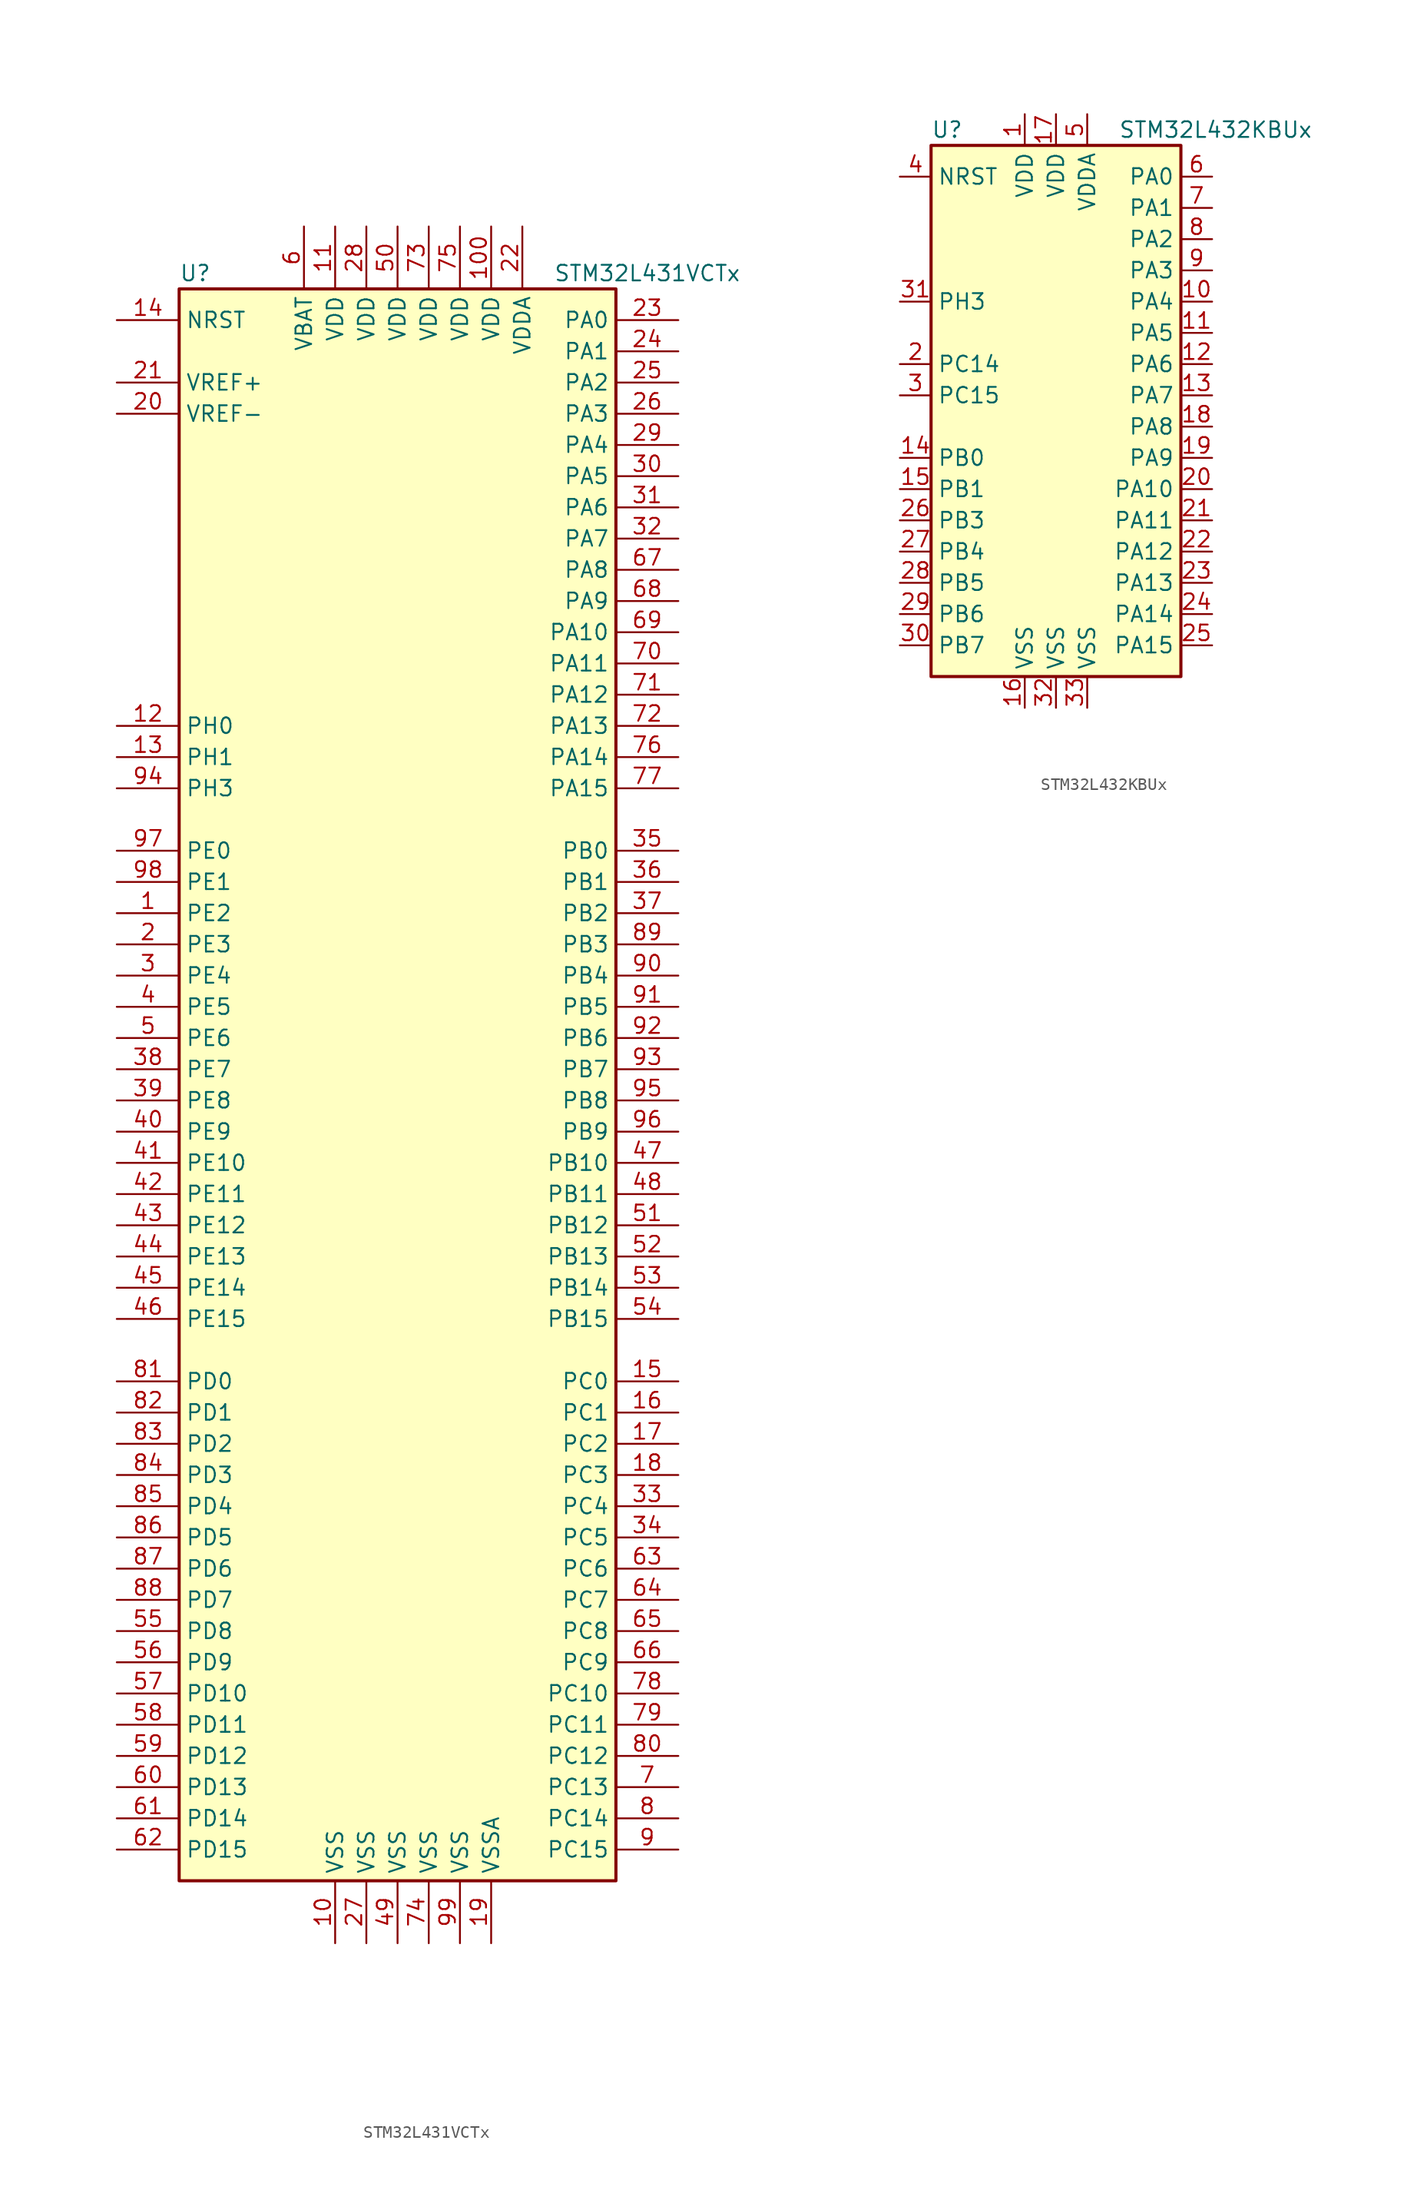
<source format=kicad_sym>
(kicad_symbol_lib
  (version 20201005)
  (generator kicad_symbol_editor)
  (symbol "MCU_ST_STM32L4:STM32L431VCTx"
    (property "Reference" "U"
      (at -17.78 64.77 0)
      (effects (font (size 1.27 1.27)) (justify left)))
    (property "Value" "STM32L431VCTx"
      (at 12.7 64.77 0)
      (effects (font (size 1.27 1.27)) (justify left)))
    (symbol "STM32L431VCTx_0_1"
      (rectangle (start -17.78 -66.04) (end 17.78 63.5) (stroke (width 0.254)) (fill (type background))))
    (symbol "STM32L431VCTx_1_1"
      (pin bidirectional line (at -22.86 12.7 0) (length 5.08) (name "PE2" (effects (font (size 1.27 1.27)))) (number "1" (effects (font (size 1.27 1.27)))))
      (pin power_in line (at -5.08 -71.12 90) (length 5.08) (name "VSS" (effects (font (size 1.27 1.27)))) (number "10" (effects (font (size 1.27 1.27)))))
      (pin power_in line (at 7.62 68.58 270) (length 5.08) (name "VDD" (effects (font (size 1.27 1.27)))) (number "100" (effects (font (size 1.27 1.27)))))
      (pin power_in line (at -5.08 68.58 270) (length 5.08) (name "VDD" (effects (font (size 1.27 1.27)))) (number "11" (effects (font (size 1.27 1.27)))))
      (pin input line (at -22.86 27.94 0) (length 5.08) (name "PH0" (effects (font (size 1.27 1.27)))) (number "12" (effects (font (size 1.27 1.27)))))
      (pin input line (at -22.86 25.4 0) (length 5.08) (name "PH1" (effects (font (size 1.27 1.27)))) (number "13" (effects (font (size 1.27 1.27)))))
      (pin input line (at -22.86 60.96 0) (length 5.08) (name "NRST" (effects (font (size 1.27 1.27)))) (number "14" (effects (font (size 1.27 1.27)))))
      (pin bidirectional line (at 22.86 -25.4 180) (length 5.08) (name "PC0" (effects (font (size 1.27 1.27)))) (number "15" (effects (font (size 1.27 1.27)))))
      (pin bidirectional line (at 22.86 -27.94 180) (length 5.08) (name "PC1" (effects (font (size 1.27 1.27)))) (number "16" (effects (font (size 1.27 1.27)))))
      (pin bidirectional line (at 22.86 -30.48 180) (length 5.08) (name "PC2" (effects (font (size 1.27 1.27)))) (number "17" (effects (font (size 1.27 1.27)))))
      (pin bidirectional line (at 22.86 -33.02 180) (length 5.08) (name "PC3" (effects (font (size 1.27 1.27)))) (number "18" (effects (font (size 1.27 1.27)))))
      (pin power_in line (at 7.62 -71.12 90) (length 5.08) (name "VSSA" (effects (font (size 1.27 1.27)))) (number "19" (effects (font (size 1.27 1.27)))))
      (pin bidirectional line (at -22.86 10.16 0) (length 5.08) (name "PE3" (effects (font (size 1.27 1.27)))) (number "2" (effects (font (size 1.27 1.27)))))
      (pin power_in line (at -22.86 53.34 0) (length 5.08) (name "VREF-" (effects (font (size 1.27 1.27)))) (number "20" (effects (font (size 1.27 1.27)))))
      (pin bidirectional line (at -22.86 55.88 0) (length 5.08) (name "VREF+" (effects (font (size 1.27 1.27)))) (number "21" (effects (font (size 1.27 1.27)))))
      (pin power_in line (at 10.16 68.58 270) (length 5.08) (name "VDDA" (effects (font (size 1.27 1.27)))) (number "22" (effects (font (size 1.27 1.27)))))
      (pin bidirectional line (at 22.86 60.96 180) (length 5.08) (name "PA0" (effects (font (size 1.27 1.27)))) (number "23" (effects (font (size 1.27 1.27)))))
      (pin bidirectional line (at 22.86 58.42 180) (length 5.08) (name "PA1" (effects (font (size 1.27 1.27)))) (number "24" (effects (font (size 1.27 1.27)))))
      (pin bidirectional line (at 22.86 55.88 180) (length 5.08) (name "PA2" (effects (font (size 1.27 1.27)))) (number "25" (effects (font (size 1.27 1.27)))))
      (pin bidirectional line (at 22.86 53.34 180) (length 5.08) (name "PA3" (effects (font (size 1.27 1.27)))) (number "26" (effects (font (size 1.27 1.27)))))
      (pin power_in line (at -2.54 -71.12 90) (length 5.08) (name "VSS" (effects (font (size 1.27 1.27)))) (number "27" (effects (font (size 1.27 1.27)))))
      (pin power_in line (at -2.54 68.58 270) (length 5.08) (name "VDD" (effects (font (size 1.27 1.27)))) (number "28" (effects (font (size 1.27 1.27)))))
      (pin bidirectional line (at 22.86 50.8 180) (length 5.08) (name "PA4" (effects (font (size 1.27 1.27)))) (number "29" (effects (font (size 1.27 1.27)))))
      (pin bidirectional line (at -22.86 7.62 0) (length 5.08) (name "PE4" (effects (font (size 1.27 1.27)))) (number "3" (effects (font (size 1.27 1.27)))))
      (pin bidirectional line (at 22.86 48.26 180) (length 5.08) (name "PA5" (effects (font (size 1.27 1.27)))) (number "30" (effects (font (size 1.27 1.27)))))
      (pin bidirectional line (at 22.86 45.72 180) (length 5.08) (name "PA6" (effects (font (size 1.27 1.27)))) (number "31" (effects (font (size 1.27 1.27)))))
      (pin bidirectional line (at 22.86 43.18 180) (length 5.08) (name "PA7" (effects (font (size 1.27 1.27)))) (number "32" (effects (font (size 1.27 1.27)))))
      (pin bidirectional line (at 22.86 -35.56 180) (length 5.08) (name "PC4" (effects (font (size 1.27 1.27)))) (number "33" (effects (font (size 1.27 1.27)))))
      (pin bidirectional line (at 22.86 -38.1 180) (length 5.08) (name "PC5" (effects (font (size 1.27 1.27)))) (number "34" (effects (font (size 1.27 1.27)))))
      (pin bidirectional line (at 22.86 17.78 180) (length 5.08) (name "PB0" (effects (font (size 1.27 1.27)))) (number "35" (effects (font (size 1.27 1.27)))))
      (pin bidirectional line (at 22.86 15.24 180) (length 5.08) (name "PB1" (effects (font (size 1.27 1.27)))) (number "36" (effects (font (size 1.27 1.27)))))
      (pin bidirectional line (at 22.86 12.7 180) (length 5.08) (name "PB2" (effects (font (size 1.27 1.27)))) (number "37" (effects (font (size 1.27 1.27)))))
      (pin bidirectional line (at -22.86 0 0) (length 5.08) (name "PE7" (effects (font (size 1.27 1.27)))) (number "38" (effects (font (size 1.27 1.27)))))
      (pin bidirectional line (at -22.86 -2.54 0) (length 5.08) (name "PE8" (effects (font (size 1.27 1.27)))) (number "39" (effects (font (size 1.27 1.27)))))
      (pin bidirectional line (at -22.86 5.08 0) (length 5.08) (name "PE5" (effects (font (size 1.27 1.27)))) (number "4" (effects (font (size 1.27 1.27)))))
      (pin bidirectional line (at -22.86 -5.08 0) (length 5.08) (name "PE9" (effects (font (size 1.27 1.27)))) (number "40" (effects (font (size 1.27 1.27)))))
      (pin bidirectional line (at -22.86 -7.62 0) (length 5.08) (name "PE10" (effects (font (size 1.27 1.27)))) (number "41" (effects (font (size 1.27 1.27)))))
      (pin bidirectional line (at -22.86 -10.16 0) (length 5.08) (name "PE11" (effects (font (size 1.27 1.27)))) (number "42" (effects (font (size 1.27 1.27)))))
      (pin bidirectional line (at -22.86 -12.7 0) (length 5.08) (name "PE12" (effects (font (size 1.27 1.27)))) (number "43" (effects (font (size 1.27 1.27)))))
      (pin bidirectional line (at -22.86 -15.24 0) (length 5.08) (name "PE13" (effects (font (size 1.27 1.27)))) (number "44" (effects (font (size 1.27 1.27)))))
      (pin bidirectional line (at -22.86 -17.78 0) (length 5.08) (name "PE14" (effects (font (size 1.27 1.27)))) (number "45" (effects (font (size 1.27 1.27)))))
      (pin bidirectional line (at -22.86 -20.32 0) (length 5.08) (name "PE15" (effects (font (size 1.27 1.27)))) (number "46" (effects (font (size 1.27 1.27)))))
      (pin bidirectional line (at 22.86 -7.62 180) (length 5.08) (name "PB10" (effects (font (size 1.27 1.27)))) (number "47" (effects (font (size 1.27 1.27)))))
      (pin bidirectional line (at 22.86 -10.16 180) (length 5.08) (name "PB11" (effects (font (size 1.27 1.27)))) (number "48" (effects (font (size 1.27 1.27)))))
      (pin power_in line (at 0 -71.12 90) (length 5.08) (name "VSS" (effects (font (size 1.27 1.27)))) (number "49" (effects (font (size 1.27 1.27)))))
      (pin bidirectional line (at -22.86 2.54 0) (length 5.08) (name "PE6" (effects (font (size 1.27 1.27)))) (number "5" (effects (font (size 1.27 1.27)))))
      (pin power_in line (at 0 68.58 270) (length 5.08) (name "VDD" (effects (font (size 1.27 1.27)))) (number "50" (effects (font (size 1.27 1.27)))))
      (pin bidirectional line (at 22.86 -12.7 180) (length 5.08) (name "PB12" (effects (font (size 1.27 1.27)))) (number "51" (effects (font (size 1.27 1.27)))))
      (pin bidirectional line (at 22.86 -15.24 180) (length 5.08) (name "PB13" (effects (font (size 1.27 1.27)))) (number "52" (effects (font (size 1.27 1.27)))))
      (pin bidirectional line (at 22.86 -17.78 180) (length 5.08) (name "PB14" (effects (font (size 1.27 1.27)))) (number "53" (effects (font (size 1.27 1.27)))))
      (pin bidirectional line (at 22.86 -20.32 180) (length 5.08) (name "PB15" (effects (font (size 1.27 1.27)))) (number "54" (effects (font (size 1.27 1.27)))))
      (pin bidirectional line (at -22.86 -45.72 0) (length 5.08) (name "PD8" (effects (font (size 1.27 1.27)))) (number "55" (effects (font (size 1.27 1.27)))))
      (pin bidirectional line (at -22.86 -48.26 0) (length 5.08) (name "PD9" (effects (font (size 1.27 1.27)))) (number "56" (effects (font (size 1.27 1.27)))))
      (pin bidirectional line (at -22.86 -50.8 0) (length 5.08) (name "PD10" (effects (font (size 1.27 1.27)))) (number "57" (effects (font (size 1.27 1.27)))))
      (pin bidirectional line (at -22.86 -53.34 0) (length 5.08) (name "PD11" (effects (font (size 1.27 1.27)))) (number "58" (effects (font (size 1.27 1.27)))))
      (pin bidirectional line (at -22.86 -55.88 0) (length 5.08) (name "PD12" (effects (font (size 1.27 1.27)))) (number "59" (effects (font (size 1.27 1.27)))))
      (pin power_in line (at -7.62 68.58 270) (length 5.08) (name "VBAT" (effects (font (size 1.27 1.27)))) (number "6" (effects (font (size 1.27 1.27)))))
      (pin bidirectional line (at -22.86 -58.42 0) (length 5.08) (name "PD13" (effects (font (size 1.27 1.27)))) (number "60" (effects (font (size 1.27 1.27)))))
      (pin bidirectional line (at -22.86 -60.96 0) (length 5.08) (name "PD14" (effects (font (size 1.27 1.27)))) (number "61" (effects (font (size 1.27 1.27)))))
      (pin bidirectional line (at -22.86 -63.5 0) (length 5.08) (name "PD15" (effects (font (size 1.27 1.27)))) (number "62" (effects (font (size 1.27 1.27)))))
      (pin bidirectional line (at 22.86 -40.64 180) (length 5.08) (name "PC6" (effects (font (size 1.27 1.27)))) (number "63" (effects (font (size 1.27 1.27)))))
      (pin bidirectional line (at 22.86 -43.18 180) (length 5.08) (name "PC7" (effects (font (size 1.27 1.27)))) (number "64" (effects (font (size 1.27 1.27)))))
      (pin bidirectional line (at 22.86 -45.72 180) (length 5.08) (name "PC8" (effects (font (size 1.27 1.27)))) (number "65" (effects (font (size 1.27 1.27)))))
      (pin bidirectional line (at 22.86 -48.26 180) (length 5.08) (name "PC9" (effects (font (size 1.27 1.27)))) (number "66" (effects (font (size 1.27 1.27)))))
      (pin bidirectional line (at 22.86 40.64 180) (length 5.08) (name "PA8" (effects (font (size 1.27 1.27)))) (number "67" (effects (font (size 1.27 1.27)))))
      (pin bidirectional line (at 22.86 38.1 180) (length 5.08) (name "PA9" (effects (font (size 1.27 1.27)))) (number "68" (effects (font (size 1.27 1.27)))))
      (pin bidirectional line (at 22.86 35.56 180) (length 5.08) (name "PA10" (effects (font (size 1.27 1.27)))) (number "69" (effects (font (size 1.27 1.27)))))
      (pin bidirectional line (at 22.86 -58.42 180) (length 5.08) (name "PC13" (effects (font (size 1.27 1.27)))) (number "7" (effects (font (size 1.27 1.27)))))
      (pin bidirectional line (at 22.86 33.02 180) (length 5.08) (name "PA11" (effects (font (size 1.27 1.27)))) (number "70" (effects (font (size 1.27 1.27)))))
      (pin bidirectional line (at 22.86 30.48 180) (length 5.08) (name "PA12" (effects (font (size 1.27 1.27)))) (number "71" (effects (font (size 1.27 1.27)))))
      (pin bidirectional line (at 22.86 27.94 180) (length 5.08) (name "PA13" (effects (font (size 1.27 1.27)))) (number "72" (effects (font (size 1.27 1.27)))))
      (pin power_in line (at 2.54 68.58 270) (length 5.08) (name "VDD" (effects (font (size 1.27 1.27)))) (number "73" (effects (font (size 1.27 1.27)))))
      (pin power_in line (at 2.54 -71.12 90) (length 5.08) (name "VSS" (effects (font (size 1.27 1.27)))) (number "74" (effects (font (size 1.27 1.27)))))
      (pin power_in line (at 5.08 68.58 270) (length 5.08) (name "VDD" (effects (font (size 1.27 1.27)))) (number "75" (effects (font (size 1.27 1.27)))))
      (pin bidirectional line (at 22.86 25.4 180) (length 5.08) (name "PA14" (effects (font (size 1.27 1.27)))) (number "76" (effects (font (size 1.27 1.27)))))
      (pin bidirectional line (at 22.86 22.86 180) (length 5.08) (name "PA15" (effects (font (size 1.27 1.27)))) (number "77" (effects (font (size 1.27 1.27)))))
      (pin bidirectional line (at 22.86 -50.8 180) (length 5.08) (name "PC10" (effects (font (size 1.27 1.27)))) (number "78" (effects (font (size 1.27 1.27)))))
      (pin bidirectional line (at 22.86 -53.34 180) (length 5.08) (name "PC11" (effects (font (size 1.27 1.27)))) (number "79" (effects (font (size 1.27 1.27)))))
      (pin bidirectional line (at 22.86 -60.96 180) (length 5.08) (name "PC14" (effects (font (size 1.27 1.27)))) (number "8" (effects (font (size 1.27 1.27)))))
      (pin bidirectional line (at 22.86 -55.88 180) (length 5.08) (name "PC12" (effects (font (size 1.27 1.27)))) (number "80" (effects (font (size 1.27 1.27)))))
      (pin bidirectional line (at -22.86 -25.4 0) (length 5.08) (name "PD0" (effects (font (size 1.27 1.27)))) (number "81" (effects (font (size 1.27 1.27)))))
      (pin bidirectional line (at -22.86 -27.94 0) (length 5.08) (name "PD1" (effects (font (size 1.27 1.27)))) (number "82" (effects (font (size 1.27 1.27)))))
      (pin bidirectional line (at -22.86 -30.48 0) (length 5.08) (name "PD2" (effects (font (size 1.27 1.27)))) (number "83" (effects (font (size 1.27 1.27)))))
      (pin bidirectional line (at -22.86 -33.02 0) (length 5.08) (name "PD3" (effects (font (size 1.27 1.27)))) (number "84" (effects (font (size 1.27 1.27)))))
      (pin bidirectional line (at -22.86 -35.56 0) (length 5.08) (name "PD4" (effects (font (size 1.27 1.27)))) (number "85" (effects (font (size 1.27 1.27)))))
      (pin bidirectional line (at -22.86 -38.1 0) (length 5.08) (name "PD5" (effects (font (size 1.27 1.27)))) (number "86" (effects (font (size 1.27 1.27)))))
      (pin bidirectional line (at -22.86 -40.64 0) (length 5.08) (name "PD6" (effects (font (size 1.27 1.27)))) (number "87" (effects (font (size 1.27 1.27)))))
      (pin bidirectional line (at -22.86 -43.18 0) (length 5.08) (name "PD7" (effects (font (size 1.27 1.27)))) (number "88" (effects (font (size 1.27 1.27)))))
      (pin bidirectional line (at 22.86 10.16 180) (length 5.08) (name "PB3" (effects (font (size 1.27 1.27)))) (number "89" (effects (font (size 1.27 1.27)))))
      (pin bidirectional line (at 22.86 -63.5 180) (length 5.08) (name "PC15" (effects (font (size 1.27 1.27)))) (number "9" (effects (font (size 1.27 1.27)))))
      (pin bidirectional line (at 22.86 7.62 180) (length 5.08) (name "PB4" (effects (font (size 1.27 1.27)))) (number "90" (effects (font (size 1.27 1.27)))))
      (pin bidirectional line (at 22.86 5.08 180) (length 5.08) (name "PB5" (effects (font (size 1.27 1.27)))) (number "91" (effects (font (size 1.27 1.27)))))
      (pin bidirectional line (at 22.86 2.54 180) (length 5.08) (name "PB6" (effects (font (size 1.27 1.27)))) (number "92" (effects (font (size 1.27 1.27)))))
      (pin bidirectional line (at 22.86 0 180) (length 5.08) (name "PB7" (effects (font (size 1.27 1.27)))) (number "93" (effects (font (size 1.27 1.27)))))
      (pin bidirectional line (at -22.86 22.86 0) (length 5.08) (name "PH3" (effects (font (size 1.27 1.27)))) (number "94" (effects (font (size 1.27 1.27)))))
      (pin bidirectional line (at 22.86 -2.54 180) (length 5.08) (name "PB8" (effects (font (size 1.27 1.27)))) (number "95" (effects (font (size 1.27 1.27)))))
      (pin bidirectional line (at 22.86 -5.08 180) (length 5.08) (name "PB9" (effects (font (size 1.27 1.27)))) (number "96" (effects (font (size 1.27 1.27)))))
      (pin bidirectional line (at -22.86 17.78 0) (length 5.08) (name "PE0" (effects (font (size 1.27 1.27)))) (number "97" (effects (font (size 1.27 1.27)))))
      (pin bidirectional line (at -22.86 15.24 0) (length 5.08) (name "PE1" (effects (font (size 1.27 1.27)))) (number "98" (effects (font (size 1.27 1.27)))))
      (pin power_in line (at 5.08 -71.12 90) (length 5.08) (name "VSS" (effects (font (size 1.27 1.27)))) (number "99" (effects (font (size 1.27 1.27)))))))
  (symbol "MCU_ST_STM32L4:STM32L432KBUx"
    (property "Reference" "U"
      (at -10.16 21.59 0)
      (effects (font (size 1.27 1.27)) (justify left)))
    (property "Value" "STM32L432KBUx"
      (at 5.08 21.59 0)
      (effects (font (size 1.27 1.27)) (justify left)))
    (symbol "STM32L432KBUx_0_1"
      (rectangle (start -10.16 -22.86) (end 10.16 20.32) (stroke (width 0.254)) (fill (type background))))
    (symbol "STM32L432KBUx_1_1"
      (pin power_in line (at -2.54 22.86 270) (length 2.54) (name "VDD" (effects (font (size 1.27 1.27)))) (number "1" (effects (font (size 1.27 1.27)))))
      (pin bidirectional line (at 12.7 7.62 180) (length 2.54) (name "PA4" (effects (font (size 1.27 1.27)))) (number "10" (effects (font (size 1.27 1.27)))))
      (pin bidirectional line (at 12.7 5.08 180) (length 2.54) (name "PA5" (effects (font (size 1.27 1.27)))) (number "11" (effects (font (size 1.27 1.27)))))
      (pin bidirectional line (at 12.7 2.54 180) (length 2.54) (name "PA6" (effects (font (size 1.27 1.27)))) (number "12" (effects (font (size 1.27 1.27)))))
      (pin bidirectional line (at 12.7 0 180) (length 2.54) (name "PA7" (effects (font (size 1.27 1.27)))) (number "13" (effects (font (size 1.27 1.27)))))
      (pin bidirectional line (at -12.7 -5.08 0) (length 2.54) (name "PB0" (effects (font (size 1.27 1.27)))) (number "14" (effects (font (size 1.27 1.27)))))
      (pin bidirectional line (at -12.7 -7.62 0) (length 2.54) (name "PB1" (effects (font (size 1.27 1.27)))) (number "15" (effects (font (size 1.27 1.27)))))
      (pin power_in line (at -2.54 -25.4 90) (length 2.54) (name "VSS" (effects (font (size 1.27 1.27)))) (number "16" (effects (font (size 1.27 1.27)))))
      (pin power_in line (at 0 22.86 270) (length 2.54) (name "VDD" (effects (font (size 1.27 1.27)))) (number "17" (effects (font (size 1.27 1.27)))))
      (pin bidirectional line (at 12.7 -2.54 180) (length 2.54) (name "PA8" (effects (font (size 1.27 1.27)))) (number "18" (effects (font (size 1.27 1.27)))))
      (pin bidirectional line (at 12.7 -5.08 180) (length 2.54) (name "PA9" (effects (font (size 1.27 1.27)))) (number "19" (effects (font (size 1.27 1.27)))))
      (pin bidirectional line (at -12.7 2.54 0) (length 2.54) (name "PC14" (effects (font (size 1.27 1.27)))) (number "2" (effects (font (size 1.27 1.27)))))
      (pin bidirectional line (at 12.7 -7.62 180) (length 2.54) (name "PA10" (effects (font (size 1.27 1.27)))) (number "20" (effects (font (size 1.27 1.27)))))
      (pin bidirectional line (at 12.7 -10.16 180) (length 2.54) (name "PA11" (effects (font (size 1.27 1.27)))) (number "21" (effects (font (size 1.27 1.27)))))
      (pin bidirectional line (at 12.7 -12.7 180) (length 2.54) (name "PA12" (effects (font (size 1.27 1.27)))) (number "22" (effects (font (size 1.27 1.27)))))
      (pin bidirectional line (at 12.7 -15.24 180) (length 2.54) (name "PA13" (effects (font (size 1.27 1.27)))) (number "23" (effects (font (size 1.27 1.27)))))
      (pin bidirectional line (at 12.7 -17.78 180) (length 2.54) (name "PA14" (effects (font (size 1.27 1.27)))) (number "24" (effects (font (size 1.27 1.27)))))
      (pin bidirectional line (at 12.7 -20.32 180) (length 2.54) (name "PA15" (effects (font (size 1.27 1.27)))) (number "25" (effects (font (size 1.27 1.27)))))
      (pin bidirectional line (at -12.7 -10.16 0) (length 2.54) (name "PB3" (effects (font (size 1.27 1.27)))) (number "26" (effects (font (size 1.27 1.27)))))
      (pin bidirectional line (at -12.7 -12.7 0) (length 2.54) (name "PB4" (effects (font (size 1.27 1.27)))) (number "27" (effects (font (size 1.27 1.27)))))
      (pin bidirectional line (at -12.7 -15.24 0) (length 2.54) (name "PB5" (effects (font (size 1.27 1.27)))) (number "28" (effects (font (size 1.27 1.27)))))
      (pin bidirectional line (at -12.7 -17.78 0) (length 2.54) (name "PB6" (effects (font (size 1.27 1.27)))) (number "29" (effects (font (size 1.27 1.27)))))
      (pin bidirectional line (at -12.7 0 0) (length 2.54) (name "PC15" (effects (font (size 1.27 1.27)))) (number "3" (effects (font (size 1.27 1.27)))))
      (pin bidirectional line (at -12.7 -20.32 0) (length 2.54) (name "PB7" (effects (font (size 1.27 1.27)))) (number "30" (effects (font (size 1.27 1.27)))))
      (pin bidirectional line (at -12.7 7.62 0) (length 2.54) (name "PH3" (effects (font (size 1.27 1.27)))) (number "31" (effects (font (size 1.27 1.27)))))
      (pin power_in line (at 0 -25.4 90) (length 2.54) (name "VSS" (effects (font (size 1.27 1.27)))) (number "32" (effects (font (size 1.27 1.27)))))
      (pin power_in line (at 2.54 -25.4 90) (length 2.54) (name "VSS" (effects (font (size 1.27 1.27)))) (number "33" (effects (font (size 1.27 1.27)))))
      (pin input line (at -12.7 17.78 0) (length 2.54) (name "NRST" (effects (font (size 1.27 1.27)))) (number "4" (effects (font (size 1.27 1.27)))))
      (pin power_in line (at 2.54 22.86 270) (length 2.54) (name "VDDA" (effects (font (size 1.27 1.27)))) (number "5" (effects (font (size 1.27 1.27)))))
      (pin bidirectional line (at 12.7 17.78 180) (length 2.54) (name "PA0" (effects (font (size 1.27 1.27)))) (number "6" (effects (font (size 1.27 1.27)))))
      (pin bidirectional line (at 12.7 15.24 180) (length 2.54) (name "PA1" (effects (font (size 1.27 1.27)))) (number "7" (effects (font (size 1.27 1.27)))))
      (pin bidirectional line (at 12.7 12.7 180) (length 2.54) (name "PA2" (effects (font (size 1.27 1.27)))) (number "8" (effects (font (size 1.27 1.27)))))
      (pin bidirectional line (at 12.7 10.16 180) (length 2.54) (name "PA3" (effects (font (size 1.27 1.27)))) (number "9" (effects (font (size 1.27 1.27))))))))
</source>
